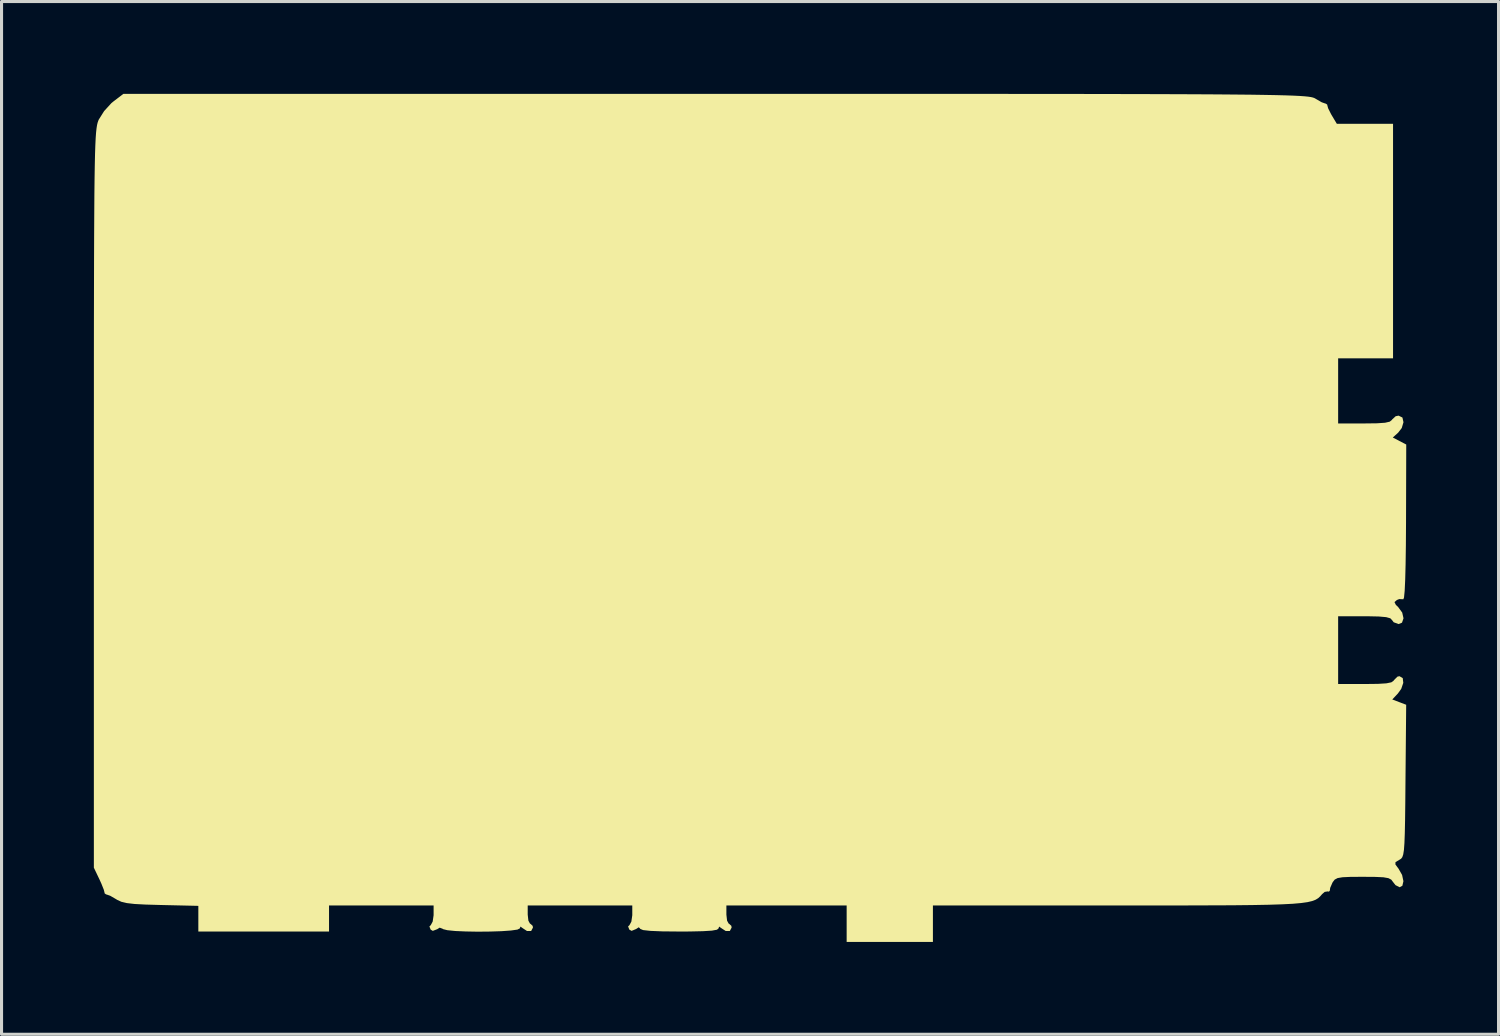
<source format=kicad_pcb>
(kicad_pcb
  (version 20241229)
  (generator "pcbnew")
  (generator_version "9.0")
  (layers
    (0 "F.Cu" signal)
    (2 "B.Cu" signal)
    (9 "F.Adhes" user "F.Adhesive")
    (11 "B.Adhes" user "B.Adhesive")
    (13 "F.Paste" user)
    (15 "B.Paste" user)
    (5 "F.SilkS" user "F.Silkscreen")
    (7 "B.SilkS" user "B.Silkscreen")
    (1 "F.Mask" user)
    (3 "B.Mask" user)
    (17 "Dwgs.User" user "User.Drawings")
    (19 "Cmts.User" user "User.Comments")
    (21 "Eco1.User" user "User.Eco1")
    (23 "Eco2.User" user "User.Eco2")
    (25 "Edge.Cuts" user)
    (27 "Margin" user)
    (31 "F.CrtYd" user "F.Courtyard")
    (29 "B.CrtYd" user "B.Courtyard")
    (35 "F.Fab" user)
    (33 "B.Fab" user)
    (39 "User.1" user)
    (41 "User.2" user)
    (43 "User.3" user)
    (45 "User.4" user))
  (footprint "raspberry"
    (layer "F.Cu")
    (at 21.234 13.758)
    (property "Reference" "raspberry" (at 0 0 0) (layer "F.SilkS") (effects (font (size 1.524 1.524) (thickness 0.3))))
    (attr board_only exclude_from_pos_files exclude_from_bom)
    (fp_poly (pts (xy 1.109 -13.758) (xy 3.077 -13.758) (xy 4.889 -13.758) (xy 6.55 -13.758) (xy 8.068 -13.757) (xy 9.449 -13.756) (xy 10.7 -13.755) (xy 11.827 -13.753) (xy 12.837 -13.751) (xy 13.736 -13.748) (xy 14.532 -13.745) (xy 15.23 -13.741) (xy 15.838 -13.736) (xy 16.361 -13.731) (xy 16.807 -13.724) (xy 17.182 -13.717) (xy 17.493 -13.709) (xy 17.746 -13.7) (xy 17.949 -13.69) (xy 18.106 -13.679) (xy 18.226 -13.667) (xy 18.314 -13.654) (xy 18.378 -13.639) (xy 18.424 -13.623) (xy 18.458 -13.605) (xy 18.48 -13.591) (xy 18.664 -13.485) (xy 18.786 -13.442) (xy 18.795 -13.443) (xy 18.845 -13.407) (xy 18.844 -13.399) (xy 18.873 -13.291) (xy 18.966 -13.105) (xy 18.992 -13.06) (xy 19.156 -12.786) (xy 20.069 -12.785) (xy 20.983 -12.785) (xy 20.983 -5.165) (xy 19.199 -5.165) (xy 19.199 -3.048) (xy 20.051 -3.048) (xy 20.457 -3.053) (xy 20.723 -3.071) (xy 20.876 -3.106) (xy 20.946 -3.162) (xy 20.952 -3.175) (xy 21.068 -3.282) (xy 21.162 -3.302) (xy 21.288 -3.24) (xy 21.322 -3.088) (xy 21.266 -2.899) (xy 21.149 -2.748) (xy 20.975 -2.591) (xy 21.412 -2.363) (xy 21.405 0.175) (xy 21.4 0.909) (xy 21.391 1.53) (xy 21.378 2.028) (xy 21.361 2.391) (xy 21.34 2.606) (xy 21.318 2.665) (xy 21.185 2.659) (xy 21.108 2.689) (xy 21.03 2.757) (xy 21.074 2.846) (xy 21.149 2.918) (xy 21.281 3.098) (xy 21.323 3.284) (xy 21.274 3.426) (xy 21.162 3.471) (xy 21.003 3.412) (xy 20.952 3.344) (xy 20.895 3.284) (xy 20.759 3.246) (xy 20.517 3.225) (xy 20.14 3.217) (xy 20.051 3.217) (xy 19.199 3.217) (xy 19.199 5.419) (xy 20.082 5.419) (xy 20.496 5.414) (xy 20.768 5.397) (xy 20.928 5.364) (xy 21.003 5.311) (xy 21.013 5.292) (xy 21.127 5.179) (xy 21.192 5.165) (xy 21.298 5.227) (xy 21.316 5.381) (xy 21.249 5.577) (xy 21.14 5.728) (xy 20.958 5.921) (xy 21.184 6.007) (xy 21.41 6.093) (xy 21.387 8.568) (xy 21.381 9.28) (xy 21.374 9.841) (xy 21.365 10.271) (xy 21.353 10.587) (xy 21.337 10.809) (xy 21.314 10.956) (xy 21.284 11.045) (xy 21.245 11.096) (xy 21.195 11.128) (xy 21.184 11.134) (xy 21.063 11.206) (xy 21.06 11.283) (xy 21.162 11.421) (xy 21.277 11.623) (xy 21.32 11.826) (xy 21.286 11.975) (xy 21.198 12.023) (xy 21.063 11.955) (xy 20.983 11.853) (xy 20.926 11.777) (xy 20.833 11.728) (xy 20.669 11.699) (xy 20.402 11.687) (xy 20.006 11.684) (xy 19.607 11.686) (xy 19.343 11.698) (xy 19.182 11.725) (xy 19.087 11.775) (xy 19.026 11.854) (xy 19.014 11.874) (xy 18.94 12.044) (xy 18.928 12.135) (xy 18.896 12.169) (xy 18.871 12.157) (xy 18.762 12.174) (xy 18.677 12.248) (xy 18.617 12.317) (xy 18.552 12.377) (xy 18.469 12.428) (xy 18.357 12.471) (xy 18.203 12.507) (xy 17.996 12.536) (xy 17.725 12.56) (xy 17.376 12.578) (xy 16.939 12.592) (xy 16.401 12.602) (xy 15.75 12.609) (xy 14.974 12.612) (xy 14.063 12.615) (xy 13.003 12.615) (xy 12.023 12.615) (xy 6.031 12.615) (xy 6.031 13.801) (xy 3.228 13.801) (xy 3.228 12.615) (xy -0.68 12.615) (xy -0.68 12.912) (xy -0.658 13.108) (xy -0.606 13.205) (xy -0.595 13.208) (xy -0.519 13.277) (xy -0.51 13.335) (xy -0.568 13.444) (xy -0.702 13.445) (xy -0.833 13.36) (xy -0.917 13.301) (xy -0.934 13.36) (xy -0.986 13.403) (xy -1.15 13.433) (xy -1.442 13.451) (xy -1.88 13.461) (xy -2.209 13.462) (xy -2.759 13.457) (xy -3.149 13.441) (xy -3.386 13.415) (xy -3.48 13.376) (xy -3.483 13.367) (xy -3.527 13.324) (xy -3.614 13.38) (xy -3.76 13.441) (xy -3.834 13.4) (xy -3.874 13.297) (xy -3.83 13.255) (xy -3.768 13.139) (xy -3.738 12.932) (xy -3.738 12.907) (xy -3.738 12.615) (xy -7.136 12.615) (xy -7.136 12.912) (xy -7.114 13.108) (xy -7.062 13.205) (xy -7.051 13.208) (xy -6.975 13.277) (xy -6.966 13.335) (xy -7.024 13.444) (xy -7.159 13.445) (xy -7.289 13.36) (xy -7.373 13.301) (xy -7.391 13.36) (xy -7.469 13.399) (xy -7.682 13.429) (xy -7.992 13.451) (xy -8.364 13.463) (xy -8.761 13.467) (xy -9.148 13.46) (xy -9.489 13.445) (xy -9.747 13.419) (xy -9.887 13.384) (xy -9.899 13.373) (xy -9.996 13.336) (xy -10.078 13.387) (xy -10.22 13.441) (xy -10.29 13.4) (xy -10.33 13.297) (xy -10.286 13.255) (xy -10.224 13.139) (xy -10.194 12.932) (xy -10.194 12.907) (xy -10.194 12.615) (xy -13.592 12.615) (xy -13.592 13.462) (xy -17.839 13.462) (xy -17.839 12.628) (xy -19.054 12.6) (xy -19.551 12.586) (xy -19.91 12.567) (xy -20.162 12.538) (xy -20.339 12.496) (xy -20.471 12.436) (xy -20.52 12.406) (xy -20.703 12.3) (xy -20.825 12.257) (xy -20.834 12.258) (xy -20.885 12.221) (xy -20.884 12.213) (xy -20.91 12.106) (xy -20.991 11.903) (xy -21.052 11.769) (xy -21.234 11.388) (xy -21.234 -0.593) (xy -21.234 -2.256) (xy -21.233 -3.759) (xy -21.233 -5.109) (xy -21.232 -6.316) (xy -21.23 -7.386) (xy -21.228 -8.33) (xy -21.225 -9.155) (xy -21.221 -9.87) (xy -21.217 -10.483) (xy -21.211 -11.003) (xy -21.204 -11.438) (xy -21.196 -11.797) (xy -21.186 -12.088) (xy -21.175 -12.319) (xy -21.162 -12.5) (xy -21.147 -12.638) (xy -21.131 -12.741) (xy -21.113 -12.819) (xy -21.092 -12.88) (xy -21.075 -12.921) (xy -20.901 -13.198) (xy -20.665 -13.456) (xy -20.595 -13.514) (xy -20.274 -13.758) (xy -1.022 -13.758)) (stroke (width 0) (type solid)) (fill yes) (layer "F.SilkS")))
  (gr_rect
    (start -3 -3)
    (end 45.645 30.559)
    (stroke (width 0.1) (type default))
    (fill no)
    (layer "Edge.Cuts")))
</source>
